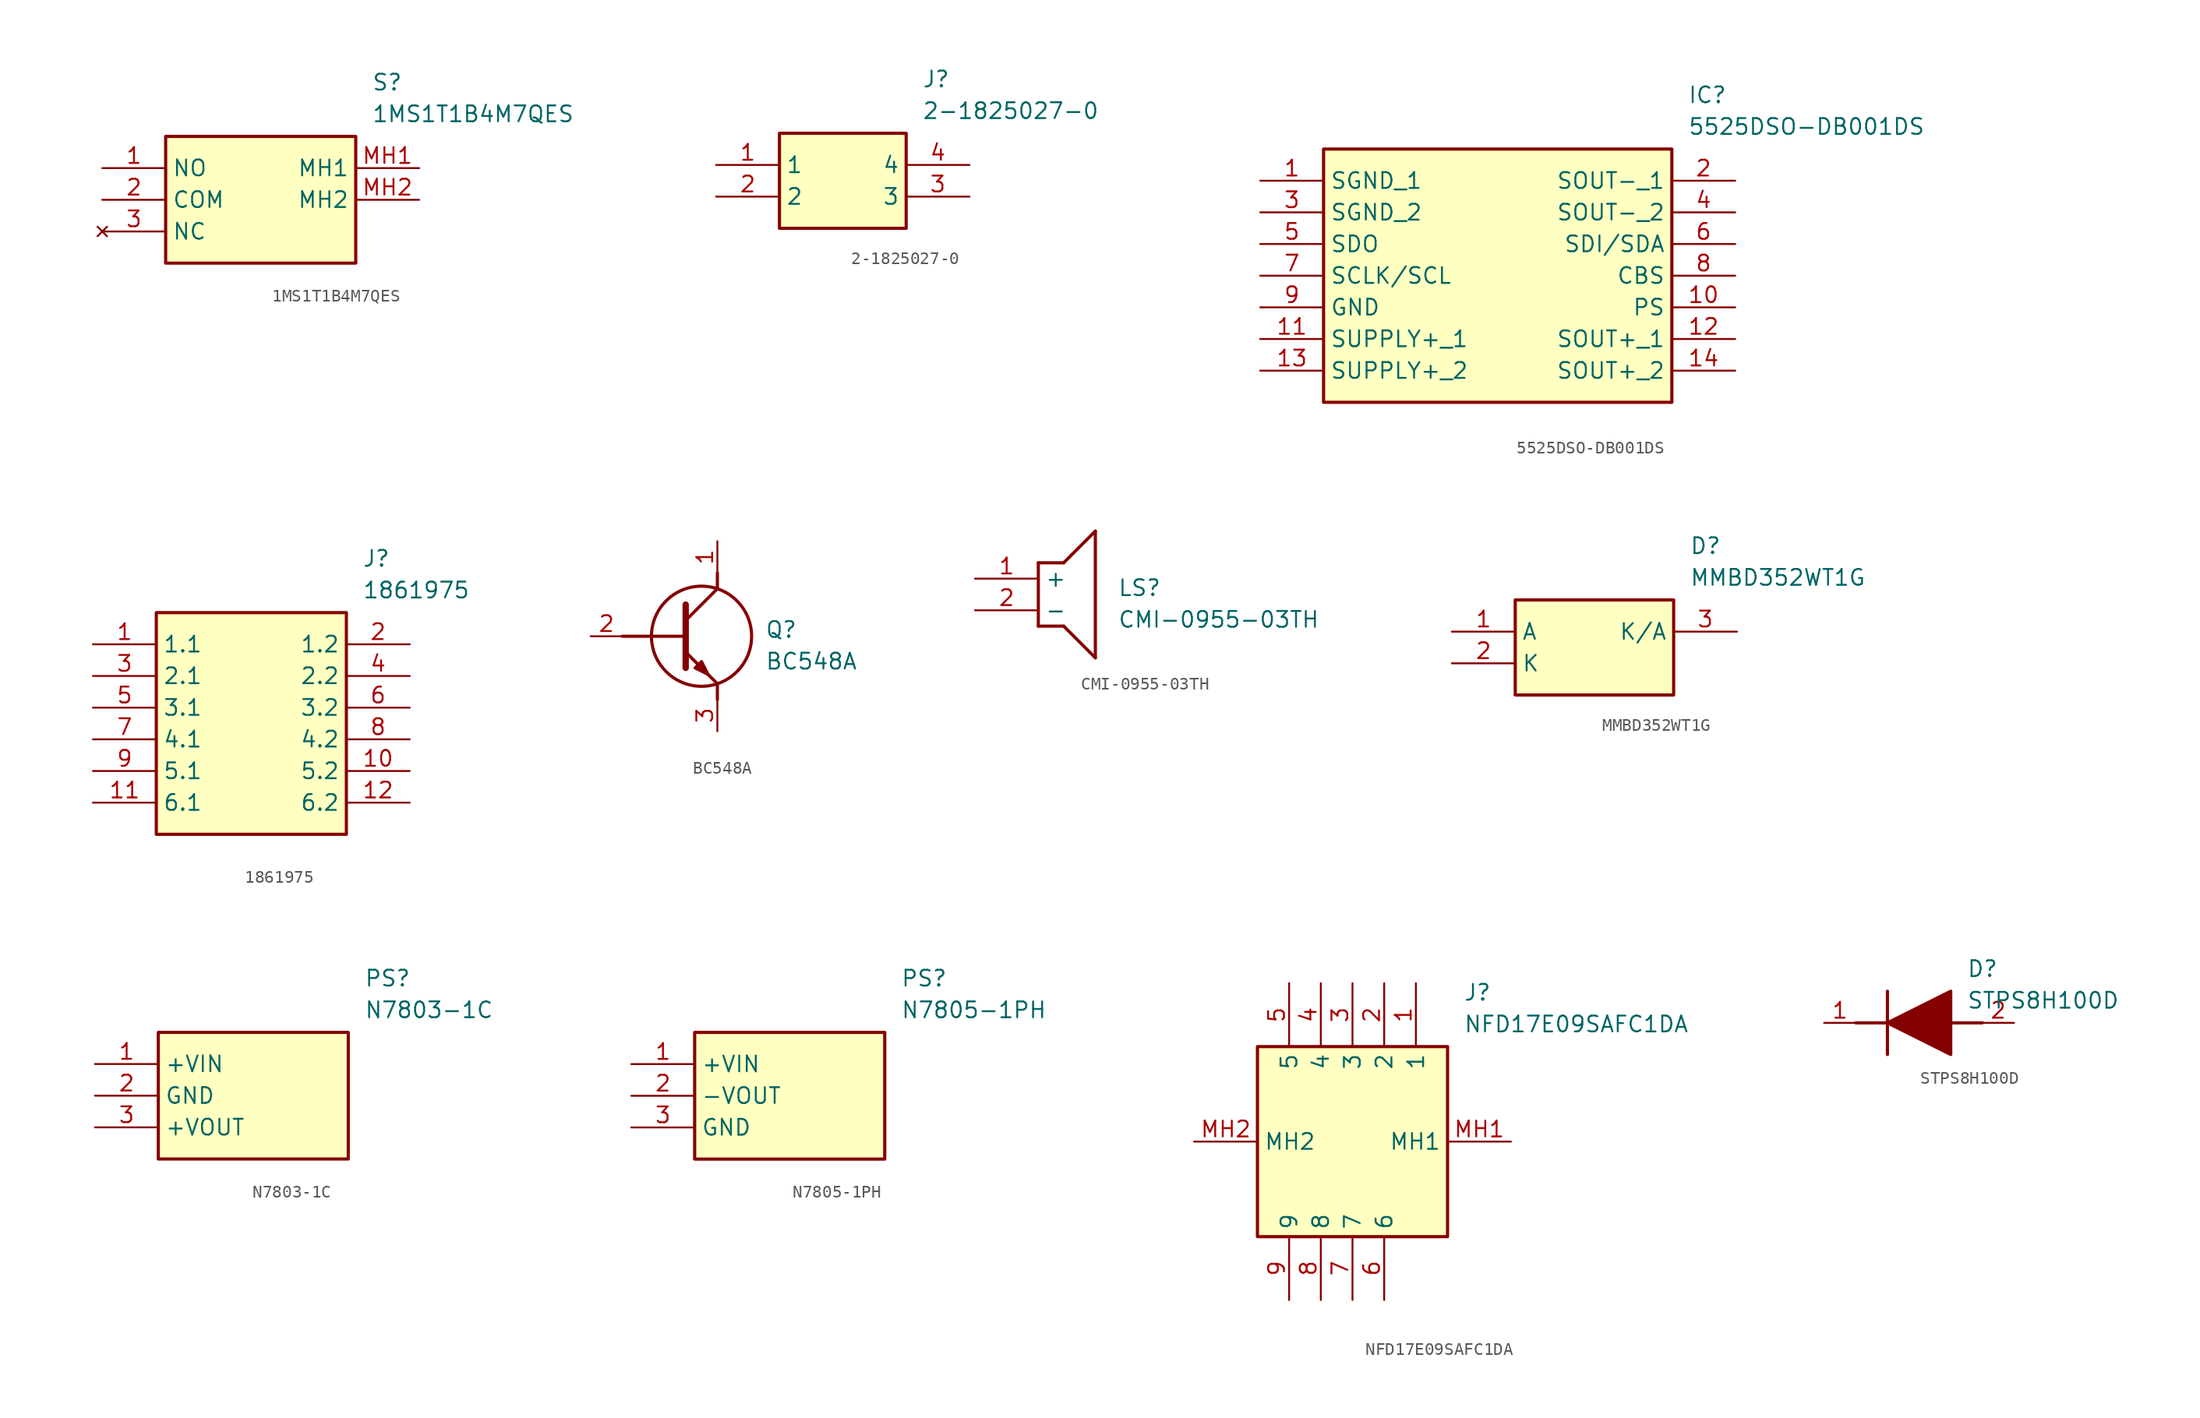
<source format=kicad_sym>
(kicad_symbol_lib
  (version 20241209)
  (generator "kicad_symbol_editor")
  (generator_version "9.0")
  (symbol "1MS1T1B4M7QES"
    (property "Reference" "S"
      (at 21.59 7.62 0)
      (effects (font (size 1.27 1.27)) (justify left top)))
    (property "Value" "1MS1T1B4M7QES"
      (at 21.59 5.08 0)
      (effects (font (size 1.27 1.27)) (justify left top)))
    (rectangle
      (start 5.08 2.54)
      (end 20.32 -7.62)
      (stroke (width 0.254) (type default))
      (fill (type background)))
    (pin passive line
      (at 0 0 0)
      (length 5.08)
      (name "NO" (effects (font (size 1.27 1.27))))
      (number "1" (effects (font (size 1.27 1.27)))))
    (pin passive line
      (at 0 -2.54 0)
      (length 5.08)
      (name "COM" (effects (font (size 1.27 1.27))))
      (number "2" (effects (font (size 1.27 1.27)))))
    (pin no_connect line
      (at 0 -5.08 0)
      (length 5.08)
      (name "NC" (effects (font (size 1.27 1.27))))
      (number "3" (effects (font (size 1.27 1.27)))))
    (pin passive line
      (at 25.4 0 180)
      (length 5.08)
      (name "MH1" (effects (font (size 1.27 1.27))))
      (number "MH1" (effects (font (size 1.27 1.27)))))
    (pin passive line
      (at 25.4 -2.54 180)
      (length 5.08)
      (name "MH2" (effects (font (size 1.27 1.27))))
      (number "MH2" (effects (font (size 1.27 1.27))))))
  (symbol "2-1825027-0"
    (property "Reference" "J"
      (at 16.51 7.62 0)
      (effects (font (size 1.27 1.27)) (justify left top)))
    (property "Value" "2-1825027-0"
      (at 16.51 5.08 0)
      (effects (font (size 1.27 1.27)) (justify left top)))
    (rectangle
      (start 5.08 2.54)
      (end 15.24 -5.08)
      (stroke (width 0.254) (type default))
      (fill (type background)))
    (pin passive line
      (at 0 0 0)
      (length 5.08)
      (name "1" (effects (font (size 1.27 1.27))))
      (number "1" (effects (font (size 1.27 1.27)))))
    (pin passive line
      (at 0 -2.54 0)
      (length 5.08)
      (name "2" (effects (font (size 1.27 1.27))))
      (number "2" (effects (font (size 1.27 1.27)))))
    (pin passive line
      (at 20.32 -2.54 180)
      (length 5.08)
      (name "3" (effects (font (size 1.27 1.27))))
      (number "3" (effects (font (size 1.27 1.27)))))
    (pin passive line
      (at 20.32 0 180)
      (length 5.08)
      (name "4" (effects (font (size 1.27 1.27))))
      (number "4" (effects (font (size 1.27 1.27))))))
  (symbol "5525DSO-DB001DS"
    (property "Reference" "IC"
      (at 34.29 7.62 0)
      (effects (font (size 1.27 1.27)) (justify left top)))
    (property "Value" "5525DSO-DB001DS"
      (at 34.29 5.08 0)
      (effects (font (size 1.27 1.27)) (justify left top)))
    (symbol "5525DSO-DB001DS_1_1"
      (rectangle (start 5.08 2.54) (end 33.02 -17.78) (stroke (width 0.254) (type default)) (fill (type background)))
      (pin passive line (at 0 0 0) (length 5.08) (name "SGND_1" (effects (font (size 1.27 1.27)))) (number "1" (effects (font (size 1.27 1.27)))))
      (pin passive line (at 0 -2.54 0) (length 5.08) (name "SGND_2" (effects (font (size 1.27 1.27)))) (number "3" (effects (font (size 1.27 1.27)))))
      (pin output line (at 0 -5.08 0) (length 5.08) (name "SDO" (effects (font (size 1.27 1.27)))) (number "5" (effects (font (size 1.27 1.27)))))
      (pin input line (at 0 -7.62 0) (length 5.08) (name "SCLK/SCL" (effects (font (size 1.27 1.27)))) (number "7" (effects (font (size 1.27 1.27)))))
      (pin power_in line (at 0 -10.16 0) (length 5.08) (name "GND" (effects (font (size 1.27 1.27)))) (number "9" (effects (font (size 1.27 1.27)))))
      (pin power_in line (at 0 -12.7 0) (length 5.08) (name "SUPPLY+_1" (effects (font (size 1.27 1.27)))) (number "11" (effects (font (size 1.27 1.27)))))
      (pin power_in line (at 0 -15.24 0) (length 5.08) (name "SUPPLY+_2" (effects (font (size 1.27 1.27)))) (number "13" (effects (font (size 1.27 1.27)))))
      (pin passive line (at 38.1 0 180) (length 5.08) (name "SOUT-_1" (effects (font (size 1.27 1.27)))) (number "2" (effects (font (size 1.27 1.27)))))
      (pin passive line (at 38.1 -2.54 180) (length 5.08) (name "SOUT-_2" (effects (font (size 1.27 1.27)))) (number "4" (effects (font (size 1.27 1.27)))))
      (pin bidirectional line (at 38.1 -5.08 180) (length 5.08) (name "SDI/SDA" (effects (font (size 1.27 1.27)))) (number "6" (effects (font (size 1.27 1.27)))))
      (pin input line (at 38.1 -7.62 180) (length 5.08) (name "CBS" (effects (font (size 1.27 1.27)))) (number "8" (effects (font (size 1.27 1.27)))))
      (pin input line (at 38.1 -10.16 180) (length 5.08) (name "PS" (effects (font (size 1.27 1.27)))) (number "10" (effects (font (size 1.27 1.27)))))
      (pin output line (at 38.1 -12.7 180) (length 5.08) (name "SOUT+_1" (effects (font (size 1.27 1.27)))) (number "12" (effects (font (size 1.27 1.27)))))
      (pin output line (at 38.1 -15.24 180) (length 5.08) (name "SOUT+_2" (effects (font (size 1.27 1.27)))) (number "14" (effects (font (size 1.27 1.27)))))))
  (symbol "1861975"
    (property "Reference" "J"
      (at 21.59 7.62 0)
      (effects (font (size 1.27 1.27)) (justify left top)))
    (property "Value" "1861975"
      (at 21.59 5.08 0)
      (effects (font (size 1.27 1.27)) (justify left top)))
    (rectangle
      (start 5.08 2.54)
      (end 20.32 -15.24)
      (stroke (width 0.254) (type default))
      (fill (type background)))
    (pin passive line
      (at 0 0 0)
      (length 5.08)
      (name "1.1" (effects (font (size 1.27 1.27))))
      (number "1" (effects (font (size 1.27 1.27)))))
    (pin passive line
      (at 25.4 0 180)
      (length 5.08)
      (name "1.2" (effects (font (size 1.27 1.27))))
      (number "2" (effects (font (size 1.27 1.27)))))
    (pin passive line
      (at 0 -2.54 0)
      (length 5.08)
      (name "2.1" (effects (font (size 1.27 1.27))))
      (number "3" (effects (font (size 1.27 1.27)))))
    (pin passive line
      (at 25.4 -2.54 180)
      (length 5.08)
      (name "2.2" (effects (font (size 1.27 1.27))))
      (number "4" (effects (font (size 1.27 1.27)))))
    (pin passive line
      (at 0 -5.08 0)
      (length 5.08)
      (name "3.1" (effects (font (size 1.27 1.27))))
      (number "5" (effects (font (size 1.27 1.27)))))
    (pin passive line
      (at 25.4 -5.08 180)
      (length 5.08)
      (name "3.2" (effects (font (size 1.27 1.27))))
      (number "6" (effects (font (size 1.27 1.27)))))
    (pin passive line
      (at 0 -7.62 0)
      (length 5.08)
      (name "4.1" (effects (font (size 1.27 1.27))))
      (number "7" (effects (font (size 1.27 1.27)))))
    (pin passive line
      (at 25.4 -7.62 180)
      (length 5.08)
      (name "4.2" (effects (font (size 1.27 1.27))))
      (number "8" (effects (font (size 1.27 1.27)))))
    (pin passive line
      (at 0 -10.16 0)
      (length 5.08)
      (name "5.1" (effects (font (size 1.27 1.27))))
      (number "9" (effects (font (size 1.27 1.27)))))
    (pin passive line
      (at 25.4 -10.16 180)
      (length 5.08)
      (name "5.2" (effects (font (size 1.27 1.27))))
      (number "10" (effects (font (size 1.27 1.27)))))
    (pin passive line
      (at 0 -12.7 0)
      (length 5.08)
      (name "6.1" (effects (font (size 1.27 1.27))))
      (number "11" (effects (font (size 1.27 1.27)))))
    (pin passive line
      (at 25.4 -12.7 180)
      (length 5.08)
      (name "6.2" (effects (font (size 1.27 1.27))))
      (number "12" (effects (font (size 1.27 1.27))))))
  (symbol "BC548A"
    (pin_names hide)
    (property "Reference" "Q"
      (at 13.97 1.27 0)
      (effects (font (size 1.27 1.27)) (justify left top)))
    (property "Value" "BC548A"
      (at 13.97 -1.27 0)
      (effects (font (size 1.27 1.27)) (justify left top)))
    (polyline
      (pts (xy 7.62 2.54) (xy 7.62 -2.54))
      (stroke (width 0.508) (type default))
      (fill (type none)))
    (polyline
      (pts (xy 7.62 1.27) (xy 10.16 3.81))
      (stroke (width 0.254) (type default))
      (fill (type none)))
    (polyline
      (pts (xy 7.62 -1.27) (xy 10.16 -3.81))
      (stroke (width 0.254) (type default))
      (fill (type none)))
    (polyline
      (pts (xy 10.16 -3.81) (xy 10.16 -5.08))
      (stroke (width 0.254) (type default))
      (fill (type none)))
    (polyline
      (pts (xy 10.16 3.81) (xy 10.16 5.08))
      (stroke (width 0.254) (type default))
      (fill (type none)))
    (polyline
      (pts (xy 2.54 0) (xy 7.62 0))
      (stroke (width 0.254) (type default))
      (fill (type none)))
    (circle
      (center 8.89 0)
      (radius 4.016)
      (stroke (width 0.254) (type default))
      (fill (type none)))
    (polyline
      (pts (xy 8.382 -2.54) (xy 8.89 -2.032) (xy 9.398 -3.048) (xy 8.382 -2.54))
      (stroke (width 0.254) (type default))
      (fill (type outline)))
    (pin passive line
      (at 0 0 0)
      (length 2.54)
      (name "B" (effects (font (size 1.27 1.27))))
      (number "2" (effects (font (size 1.27 1.27)))))
    (pin passive line
      (at 10.16 -7.62 90)
      (length 2.54)
      (name "E" (effects (font (size 1.27 1.27))))
      (number "3" (effects (font (size 1.27 1.27)))))
    (pin passive line
      (at 10.16 7.62 270)
      (length 2.54)
      (name "C" (effects (font (size 1.27 1.27))))
      (number "1" (effects (font (size 1.27 1.27))))))
  (symbol "CMI-0955-03TH"
    (property "Reference" "LS"
      (at 11.43 0 0)
      (effects (font (size 1.27 1.27)) (justify left top)))
    (property "Value" "CMI-0955-03TH"
      (at 11.43 -2.54 0)
      (effects (font (size 1.27 1.27)) (justify left top)))
    (polyline
      (pts (xy 5.08 1.27) (xy 7.112 1.27))
      (stroke (width 0.254) (type default))
      (fill (type none)))
    (polyline
      (pts (xy 9.652 3.81) (xy 7.112 1.27))
      (stroke (width 0.254) (type default))
      (fill (type none)))
    (polyline
      (pts (xy 9.652 3.81) (xy 9.652 -6.35))
      (stroke (width 0.254) (type default))
      (fill (type none)))
    (polyline
      (pts (xy 7.112 -3.81) (xy 9.652 -6.35))
      (stroke (width 0.254) (type default))
      (fill (type none)))
    (polyline
      (pts (xy 7.112 -3.81) (xy 5.08 -3.81))
      (stroke (width 0.254) (type default))
      (fill (type none)))
    (polyline
      (pts (xy 5.08 1.27) (xy 5.08 -3.81))
      (stroke (width 0.254) (type default))
      (fill (type none)))
    (pin passive line
      (at 0 0 0)
      (length 5.08)
      (name "+" (effects (font (size 1.27 1.27))))
      (number "1" (effects (font (size 1.27 1.27)))))
    (pin passive line
      (at 0 -2.54 0)
      (length 5.08)
      (name "-" (effects (font (size 1.27 1.27))))
      (number "2" (effects (font (size 1.27 1.27))))))
  (symbol "MMBD352WT1G"
    (property "Reference" "D"
      (at 19.05 7.62 0)
      (effects (font (size 1.27 1.27)) (justify left top)))
    (property "Value" "MMBD352WT1G"
      (at 19.05 5.08 0)
      (effects (font (size 1.27 1.27)) (justify left top)))
    (rectangle
      (start 5.08 2.54)
      (end 17.78 -5.08)
      (stroke (width 0.254) (type default))
      (fill (type background)))
    (pin passive line
      (at 0 0 0)
      (length 5.08)
      (name "A" (effects (font (size 1.27 1.27))))
      (number "1" (effects (font (size 1.27 1.27)))))
    (pin passive line
      (at 0 -2.54 0)
      (length 5.08)
      (name "K" (effects (font (size 1.27 1.27))))
      (number "2" (effects (font (size 1.27 1.27)))))
    (pin passive line
      (at 22.86 0 180)
      (length 5.08)
      (name "K/A" (effects (font (size 1.27 1.27))))
      (number "3" (effects (font (size 1.27 1.27))))))
  (symbol "N7803-1C"
    (property "Reference" "PS"
      (at 21.59 7.62 0)
      (effects (font (size 1.27 1.27)) (justify left top)))
    (property "Value" "N7803-1C"
      (at 21.59 5.08 0)
      (effects (font (size 1.27 1.27)) (justify left top)))
    (symbol "N7803-1C_1_1"
      (rectangle (start 5.08 2.54) (end 20.32 -7.62) (stroke (width 0.254) (type default)) (fill (type background)))
      (pin passive line (at 0 0 0) (length 5.08) (name "+VIN" (effects (font (size 1.27 1.27)))) (number "1" (effects (font (size 1.27 1.27)))))
      (pin passive line (at 0 -2.54 0) (length 5.08) (name "GND" (effects (font (size 1.27 1.27)))) (number "2" (effects (font (size 1.27 1.27)))))
      (pin passive line (at 0 -5.08 0) (length 5.08) (name "+VOUT" (effects (font (size 1.27 1.27)))) (number "3" (effects (font (size 1.27 1.27)))))))
  (symbol "N7805-1PH"
    (property "Reference" "PS"
      (at 21.59 7.62 0)
      (effects (font (size 1.27 1.27)) (justify left top)))
    (property "Value" "N7805-1PH"
      (at 21.59 5.08 0)
      (effects (font (size 1.27 1.27)) (justify left top)))
    (rectangle
      (start 5.08 2.54)
      (end 20.32 -7.62)
      (stroke (width 0.254) (type default))
      (fill (type background)))
    (pin passive line
      (at 0 0 0)
      (length 5.08)
      (name "+VIN" (effects (font (size 1.27 1.27))))
      (number "1" (effects (font (size 1.27 1.27)))))
    (pin passive line
      (at 0 -2.54 0)
      (length 5.08)
      (name "-VOUT" (effects (font (size 1.27 1.27))))
      (number "2" (effects (font (size 1.27 1.27)))))
    (pin passive line
      (at 0 -5.08 0)
      (length 5.08)
      (name "GND" (effects (font (size 1.27 1.27))))
      (number "3" (effects (font (size 1.27 1.27))))))
  (symbol "NFD17E09SAFC1DA"
    (property "Reference" "J"
      (at 21.59 12.7 0)
      (effects (font (size 1.27 1.27)) (justify left top)))
    (property "Value" "NFD17E09SAFC1DA"
      (at 21.59 10.16 0)
      (effects (font (size 1.27 1.27)) (justify left top)))
    (rectangle
      (start 5.08 7.62)
      (end 20.32 -7.62)
      (stroke (width 0.254) (type default))
      (fill (type background)))
    (pin passive line
      (at 17.78 12.7 270)
      (length 5.08)
      (name "1" (effects (font (size 1.27 1.27))))
      (number "1" (effects (font (size 1.27 1.27)))))
    (pin passive line
      (at 15.24 12.7 270)
      (length 5.08)
      (name "2" (effects (font (size 1.27 1.27))))
      (number "2" (effects (font (size 1.27 1.27)))))
    (pin passive line
      (at 12.7 12.7 270)
      (length 5.08)
      (name "3" (effects (font (size 1.27 1.27))))
      (number "3" (effects (font (size 1.27 1.27)))))
    (pin passive line
      (at 10.16 12.7 270)
      (length 5.08)
      (name "4" (effects (font (size 1.27 1.27))))
      (number "4" (effects (font (size 1.27 1.27)))))
    (pin passive line
      (at 7.62 12.7 270)
      (length 5.08)
      (name "5" (effects (font (size 1.27 1.27))))
      (number "5" (effects (font (size 1.27 1.27)))))
    (pin passive line
      (at 15.24 -12.7 90)
      (length 5.08)
      (name "6" (effects (font (size 1.27 1.27))))
      (number "6" (effects (font (size 1.27 1.27)))))
    (pin passive line
      (at 12.7 -12.7 90)
      (length 5.08)
      (name "7" (effects (font (size 1.27 1.27))))
      (number "7" (effects (font (size 1.27 1.27)))))
    (pin passive line
      (at 10.16 -12.7 90)
      (length 5.08)
      (name "8" (effects (font (size 1.27 1.27))))
      (number "8" (effects (font (size 1.27 1.27)))))
    (pin passive line
      (at 7.62 -12.7 90)
      (length 5.08)
      (name "9" (effects (font (size 1.27 1.27))))
      (number "9" (effects (font (size 1.27 1.27)))))
    (pin passive line
      (at 25.4 0 180)
      (length 5.08)
      (name "MH1" (effects (font (size 1.27 1.27))))
      (number "MH1" (effects (font (size 1.27 1.27)))))
    (pin passive line
      (at 0 0 0)
      (length 5.08)
      (name "MH2" (effects (font (size 1.27 1.27))))
      (number "MH2" (effects (font (size 1.27 1.27))))))
  (symbol "STPS8H100D"
    (pin_names hide)
    (property "Reference" "D"
      (at 11.43 5.08 0)
      (effects (font (size 1.27 1.27)) (justify left top)))
    (property "Value" "STPS8H100D"
      (at 11.43 2.54 0)
      (effects (font (size 1.27 1.27)) (justify left top)))
    (polyline
      (pts (xy 5.08 2.54) (xy 5.08 -2.54))
      (stroke (width 0.254) (type default))
      (fill (type none)))
    (polyline
      (pts (xy 2.54 0) (xy 5.08 0))
      (stroke (width 0.254) (type default))
      (fill (type none)))
    (polyline
      (pts (xy 10.16 0) (xy 12.7 0))
      (stroke (width 0.254) (type default))
      (fill (type none)))
    (polyline
      (pts (xy 5.08 0) (xy 10.16 2.54) (xy 10.16 -2.54) (xy 5.08 0))
      (stroke (width 0.254) (type default))
      (fill (type outline)))
    (pin passive line
      (at 0 0 0)
      (length 2.54)
      (name "K" (effects (font (size 1.27 1.27))))
      (number "1" (effects (font (size 1.27 1.27)))))
    (pin passive line
      (at 15.24 0 180)
      (length 2.54)
      (name "A" (effects (font (size 1.27 1.27))))
      (number "2" (effects (font (size 1.27 1.27)))))))
</source>
